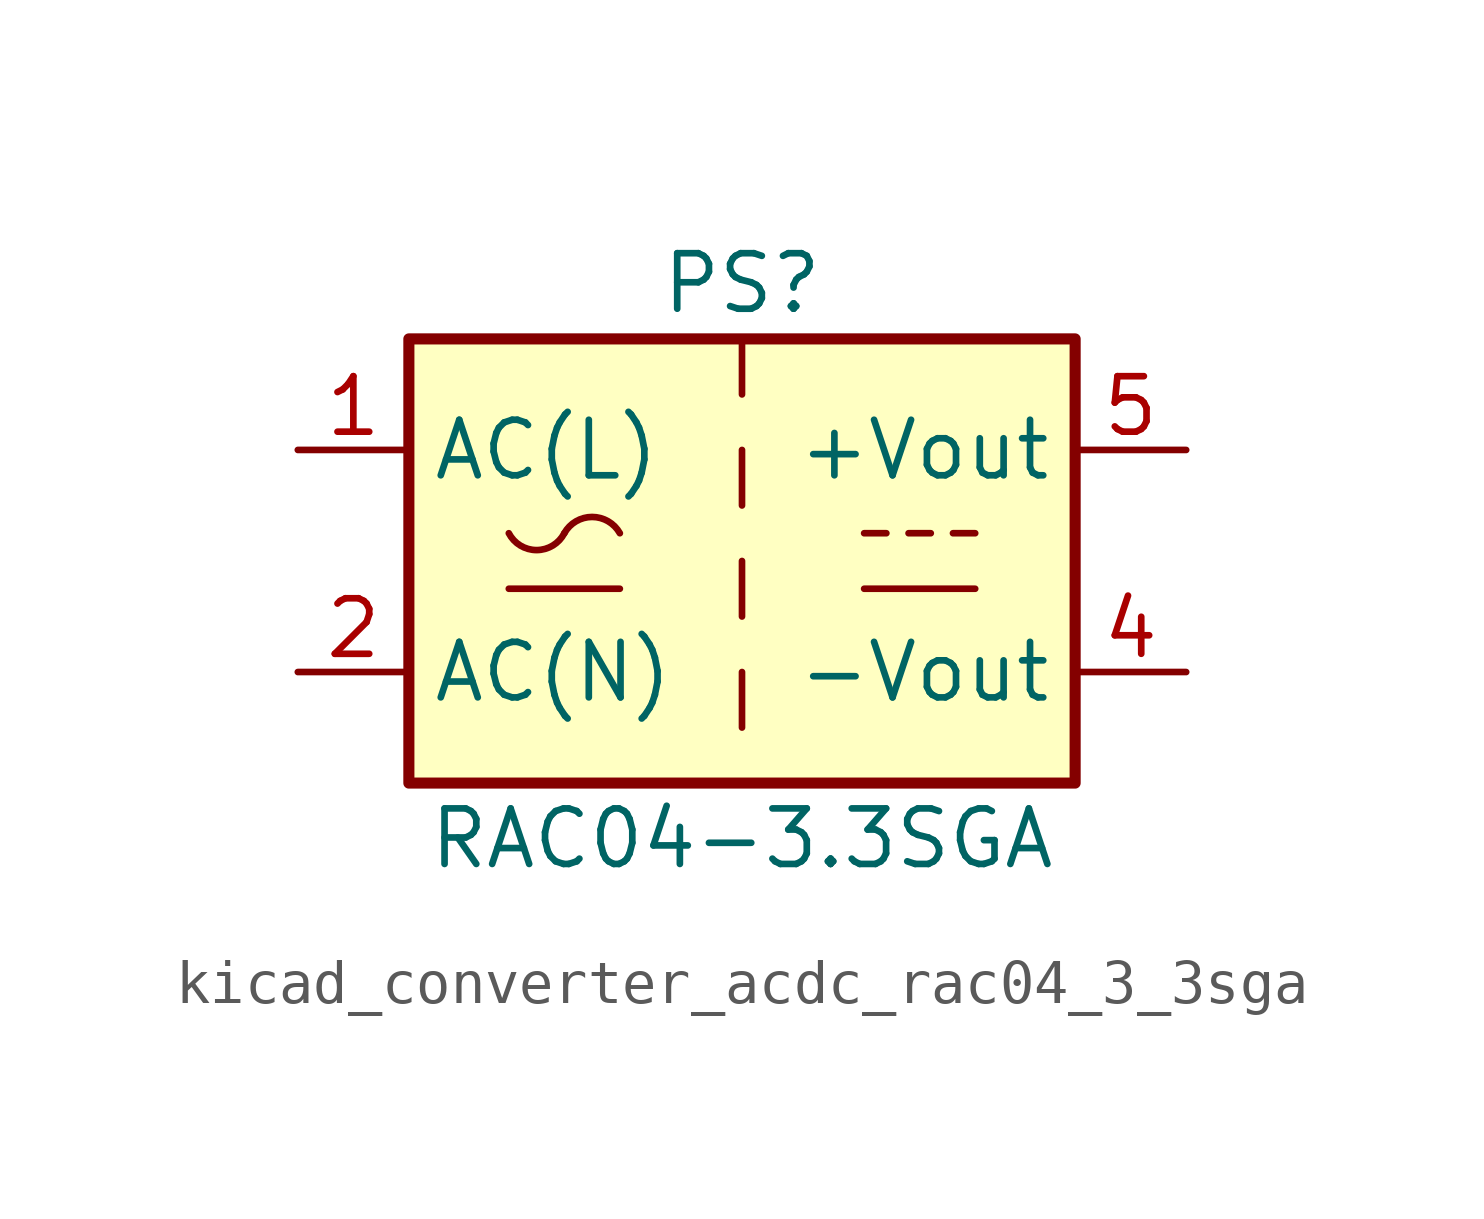
<source format=kicad_sym>
(kicad_symbol_lib
  (version 20220914)
  (generator kicad_symbol_editor)
  (symbol "kicad_converter_acdc_rac04_3_3sga"
    (property "Reference" "PS"
      (at 0 6.35 0)
      (effects (font (size 1.27 1.27))))
    (property "Value" "RAC04-3.3SGA"
      (at 0 -6.35 0)
      (effects (font (size 1.27 1.27))))
    (symbol "kicad_converter_acdc_rac04_3_3sga_1_1"
      (rectangle (start -7.62 5.08) (end 7.62 -5.08) (stroke (width 0.254) (type default)) (fill (type background)))
      (arc (start -5.334 0.635) (mid -4.699 0.2495) (end -4.064 0.635) (stroke (width 0) (type default)) (fill (type none)))
      (arc (start -2.794 0.635) (mid -3.429 1.0072) (end -4.064 0.635) (stroke (width 0) (type default)) (fill (type none)))
      (polyline (pts (xy -5.334 -0.635) (xy -2.794 -0.635)) (stroke (width 0) (type default)) (fill (type none)))
      (polyline (pts (xy 0 -2.54) (xy 0 -3.81)) (stroke (width 0) (type default)) (fill (type none)))
      (polyline (pts (xy 0 0) (xy 0 -1.27)) (stroke (width 0) (type default)) (fill (type none)))
      (polyline (pts (xy 0 2.54) (xy 0 1.27)) (stroke (width 0) (type default)) (fill (type none)))
      (polyline (pts (xy 0 5.08) (xy 0 3.81)) (stroke (width 0) (type default)) (fill (type none)))
      (polyline (pts (xy 2.794 -0.635) (xy 5.334 -0.635)) (stroke (width 0) (type default)) (fill (type none)))
      (polyline (pts (xy 2.794 0.635) (xy 3.302 0.635)) (stroke (width 0) (type default)) (fill (type none)))
      (polyline (pts (xy 3.81 0.635) (xy 4.318 0.635)) (stroke (width 0) (type default)) (fill (type none)))
      (polyline (pts (xy 4.826 0.635) (xy 5.334 0.635)) (stroke (width 0) (type default)) (fill (type none)))
      (pin power_in line (at -10.16 2.54 0) (length 2.54) (name "AC(L)" (effects (font (size 1.27 1.27)))) (number "1" (effects (font (size 1.27 1.27)))))
      (pin power_in line (at -10.16 -2.54 0) (length 2.54) (name "AC(N)" (effects (font (size 1.27 1.27)))) (number "2" (effects (font (size 1.27 1.27)))))
      (pin no_connect line (at 7.62 0 180) (length 2.54) hide (name "NC" (effects (font (size 1.27 1.27)))) (number "3" (effects (font (size 1.27 1.27)))))
      (pin power_out line (at 10.16 -2.54 180) (length 2.54) (name "-Vout" (effects (font (size 1.27 1.27)))) (number "4" (effects (font (size 1.27 1.27)))))
      (pin power_out line (at 10.16 2.54 180) (length 2.54) (name "+Vout" (effects (font (size 1.27 1.27)))) (number "5" (effects (font (size 1.27 1.27))))))))
</source>
